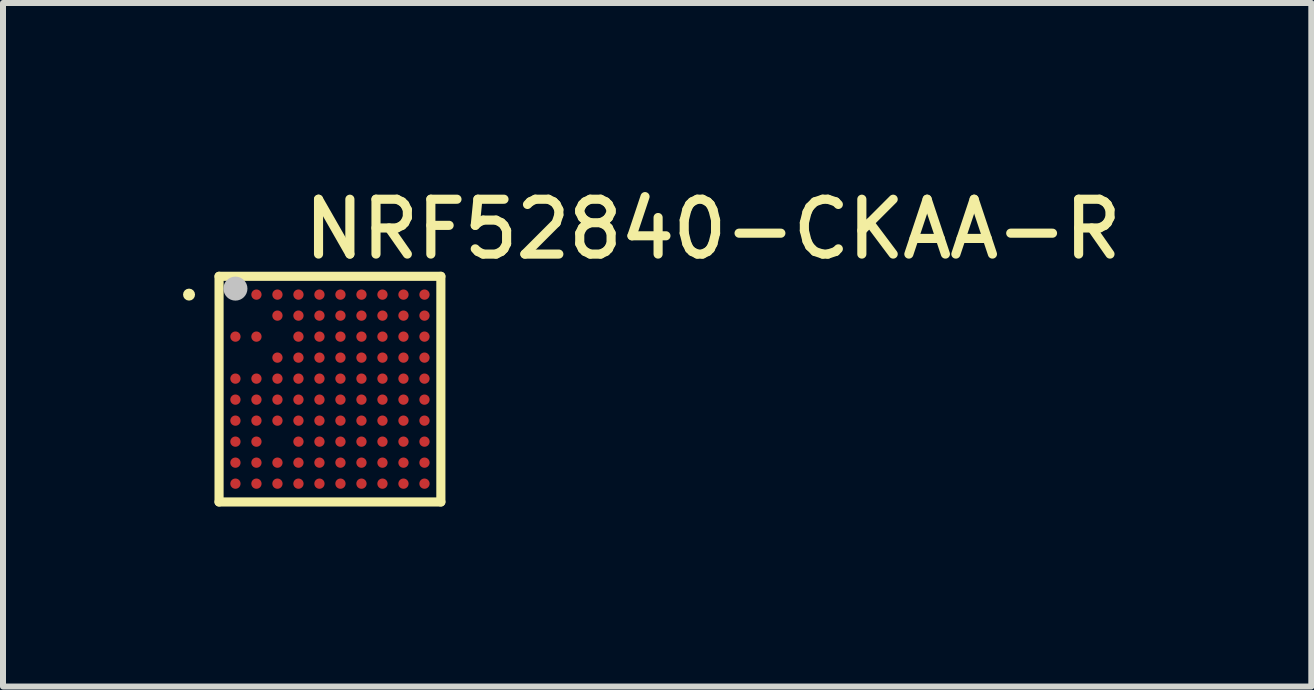
<source format=kicad_pcb>
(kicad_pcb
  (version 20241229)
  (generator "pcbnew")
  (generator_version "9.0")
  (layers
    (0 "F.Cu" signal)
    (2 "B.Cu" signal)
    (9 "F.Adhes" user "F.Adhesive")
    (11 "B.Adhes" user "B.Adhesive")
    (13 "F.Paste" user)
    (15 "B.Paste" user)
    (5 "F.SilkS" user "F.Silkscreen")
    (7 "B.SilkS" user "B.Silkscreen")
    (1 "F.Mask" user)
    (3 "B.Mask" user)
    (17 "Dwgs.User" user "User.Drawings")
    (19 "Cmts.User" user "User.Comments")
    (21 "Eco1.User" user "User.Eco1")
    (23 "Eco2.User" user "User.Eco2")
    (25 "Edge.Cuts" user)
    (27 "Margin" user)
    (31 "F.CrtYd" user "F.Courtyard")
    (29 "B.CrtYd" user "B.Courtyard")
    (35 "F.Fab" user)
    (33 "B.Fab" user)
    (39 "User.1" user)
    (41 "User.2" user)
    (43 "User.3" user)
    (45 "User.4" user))
  (footprint "NRF52840-CKAA-R"
    (layer "F.Cu")
    (at 2.448 3.434)
    (property "Reference" "NRF52840-CKAA-R" (at -0.508 -3.2 0) (layer "F.SilkS") (effects (font (size 0.914 0.914) (thickness 0.152)) (justify left top)))
    (fp_line (start -1.848 -1.88) (end 1.848 -1.88) (stroke (width 0.152) (type default)) (layer "F.SilkS"))
    (fp_line (start -1.848 1.88) (end -1.848 -1.88) (stroke (width 0.152) (type default)) (layer "F.SilkS"))
    (fp_line (start 1.848 -1.88) (end 1.848 1.88) (stroke (width 0.152) (type default)) (layer "F.SilkS"))
    (fp_line (start 1.848 1.88) (end -1.848 1.88) (stroke (width 0.152) (type default)) (layer "F.SilkS"))
    (fp_circle (center -2.348 -1.575) (end -2.298 -1.575) (stroke (width 0.1) (type default)) (fill no) (layer "F.SilkS"))
    (fp_circle (center -1.575 -1.675) (end -1.475 -1.675) (stroke (width 0.2) (type default)) (fill no) (layer "Dwgs.User"))
    (fp_circle (center -1.575 -1.575) (end -1.522 -1.575) (stroke (width 0.107) (type default)) (fill no) (layer "User.4"))
    (fp_circle (center -1.575 -0.875) (end -1.522 -0.875) (stroke (width 0.107) (type default)) (fill no) (layer "User.4"))
    (fp_circle (center -1.575 -0.175) (end -1.522 -0.175) (stroke (width 0.107) (type default)) (fill no) (layer "User.4"))
    (fp_circle (center -1.575 0.175) (end -1.522 0.175) (stroke (width 0.107) (type default)) (fill no) (layer "User.4"))
    (fp_circle (center -1.575 0.525) (end -1.522 0.525) (stroke (width 0.107) (type default)) (fill no) (layer "User.4"))
    (fp_circle (center -1.575 0.875) (end -1.522 0.875) (stroke (width 0.107) (type default)) (fill no) (layer "User.4"))
    (fp_circle (center -1.575 1.225) (end -1.522 1.225) (stroke (width 0.107) (type default)) (fill no) (layer "User.4"))
    (fp_circle (center -1.575 1.575) (end -1.522 1.575) (stroke (width 0.107) (type default)) (fill no) (layer "User.4"))
    (fp_circle (center -1.225 -1.575) (end -1.171 -1.575) (stroke (width 0.107) (type default)) (fill no) (layer "User.4"))
    (fp_circle (center -1.225 -0.875) (end -1.171 -0.875) (stroke (width 0.107) (type default)) (fill no) (layer "User.4"))
    (fp_circle (center -1.225 -0.175) (end -1.171 -0.175) (stroke (width 0.107) (type default)) (fill no) (layer "User.4"))
    (fp_circle (center -1.225 0.175) (end -1.171 0.175) (stroke (width 0.107) (type default)) (fill no) (layer "User.4"))
    (fp_circle (center -1.225 0.525) (end -1.171 0.525) (stroke (width 0.107) (type default)) (fill no) (layer "User.4"))
    (fp_circle (center -1.225 0.875) (end -1.171 0.875) (stroke (width 0.107) (type default)) (fill no) (layer "User.4"))
    (fp_circle (center -1.225 1.225) (end -1.171 1.225) (stroke (width 0.107) (type default)) (fill no) (layer "User.4"))
    (fp_circle (center -1.225 1.575) (end -1.171 1.575) (stroke (width 0.107) (type default)) (fill no) (layer "User.4"))
    (fp_circle (center -0.875 -1.575) (end -0.821 -1.575) (stroke (width 0.107) (type default)) (fill no) (layer "User.4"))
    (fp_circle (center -0.875 -1.225) (end -0.821 -1.225) (stroke (width 0.107) (type default)) (fill no) (layer "User.4"))
    (fp_circle (center -0.875 -0.525) (end -0.821 -0.525) (stroke (width 0.107) (type default)) (fill no) (layer "User.4"))
    (fp_circle (center -0.875 -0.175) (end -0.821 -0.175) (stroke (width 0.107) (type default)) (fill no) (layer "User.4"))
    (fp_circle (center -0.875 0.175) (end -0.821 0.175) (stroke (width 0.107) (type default)) (fill no) (layer "User.4"))
    (fp_circle (center -0.875 0.525) (end -0.821 0.525) (stroke (width 0.107) (type default)) (fill no) (layer "User.4"))
    (fp_circle (center -0.875 1.225) (end -0.821 1.225) (stroke (width 0.107) (type default)) (fill no) (layer "User.4"))
    (fp_circle (center -0.875 1.575) (end -0.821 1.575) (stroke (width 0.107) (type default)) (fill no) (layer "User.4"))
    (fp_circle (center -0.525 -1.575) (end -0.471 -1.575) (stroke (width 0.107) (type default)) (fill no) (layer "User.4"))
    (fp_circle (center -0.525 -1.225) (end -0.471 -1.225) (stroke (width 0.107) (type default)) (fill no) (layer "User.4"))
    (fp_circle (center -0.525 -0.875) (end -0.471 -0.875) (stroke (width 0.107) (type default)) (fill no) (layer "User.4"))
    (fp_circle (center -0.525 -0.525) (end -0.471 -0.525) (stroke (width 0.107) (type default)) (fill no) (layer "User.4"))
    (fp_circle (center -0.525 -0.175) (end -0.471 -0.175) (stroke (width 0.107) (type default)) (fill no) (layer "User.4"))
    (fp_circle (center -0.525 0.175) (end -0.471 0.175) (stroke (width 0.107) (type default)) (fill no) (layer "User.4"))
    (fp_circle (center -0.525 0.525) (end -0.471 0.525) (stroke (width 0.107) (type default)) (fill no) (layer "User.4"))
    (fp_circle (center -0.525 0.875) (end -0.471 0.875) (stroke (width 0.107) (type default)) (fill no) (layer "User.4"))
    (fp_circle (center -0.525 1.225) (end -0.471 1.225) (stroke (width 0.107) (type default)) (fill no) (layer "User.4"))
    (fp_circle (center -0.525 1.575) (end -0.471 1.575) (stroke (width 0.107) (type default)) (fill no) (layer "User.4"))
    (fp_circle (center -0.175 -1.575) (end -0.121 -1.575) (stroke (width 0.107) (type default)) (fill no) (layer "User.4"))
    (fp_circle (center -0.175 -1.225) (end -0.121 -1.225) (stroke (width 0.107) (type default)) (fill no) (layer "User.4"))
    (fp_circle (center -0.175 -0.875) (end -0.121 -0.875) (stroke (width 0.107) (type default)) (fill no) (layer "User.4"))
    (fp_circle (center -0.175 -0.525) (end -0.121 -0.525) (stroke (width 0.107) (type default)) (fill no) (layer "User.4"))
    (fp_circle (center -0.175 -0.175) (end -0.121 -0.175) (stroke (width 0.107) (type default)) (fill no) (layer "User.4"))
    (fp_circle (center -0.175 0.175) (end -0.121 0.175) (stroke (width 0.107) (type default)) (fill no) (layer "User.4"))
    (fp_circle (center -0.175 0.525) (end -0.121 0.525) (stroke (width 0.107) (type default)) (fill no) (layer "User.4"))
    (fp_circle (center -0.175 0.875) (end -0.121 0.875) (stroke (width 0.107) (type default)) (fill no) (layer "User.4"))
    (fp_circle (center -0.175 1.225) (end -0.121 1.225) (stroke (width 0.107) (type default)) (fill no) (layer "User.4"))
    (fp_circle (center -0.175 1.575) (end -0.121 1.575) (stroke (width 0.107) (type default)) (fill no) (layer "User.4"))
    (fp_circle (center 0.175 -1.575) (end 0.229 -1.575) (stroke (width 0.107) (type default)) (fill no) (layer "User.4"))
    (fp_circle (center 0.175 -1.225) (end 0.229 -1.225) (stroke (width 0.107) (type default)) (fill no) (layer "User.4"))
    (fp_circle (center 0.175 -0.875) (end 0.229 -0.875) (stroke (width 0.107) (type default)) (fill no) (layer "User.4"))
    (fp_circle (center 0.175 -0.525) (end 0.229 -0.525) (stroke (width 0.107) (type default)) (fill no) (layer "User.4"))
    (fp_circle (center 0.175 -0.175) (end 0.229 -0.175) (stroke (width 0.107) (type default)) (fill no) (layer "User.4"))
    (fp_circle (center 0.175 0.175) (end 0.229 0.175) (stroke (width 0.107) (type default)) (fill no) (layer "User.4"))
    (fp_circle (center 0.175 0.525) (end 0.229 0.525) (stroke (width 0.107) (type default)) (fill no) (layer "User.4"))
    (fp_circle (center 0.175 0.875) (end 0.229 0.875) (stroke (width 0.107) (type default)) (fill no) (layer "User.4"))
    (fp_circle (center 0.175 1.225) (end 0.229 1.225) (stroke (width 0.107) (type default)) (fill no) (layer "User.4"))
    (fp_circle (center 0.175 1.575) (end 0.229 1.575) (stroke (width 0.107) (type default)) (fill no) (layer "User.4"))
    (fp_circle (center 0.525 -1.575) (end 0.579 -1.575) (stroke (width 0.107) (type default)) (fill no) (layer "User.4"))
    (fp_circle (center 0.525 -1.225) (end 0.579 -1.225) (stroke (width 0.107) (type default)) (fill no) (layer "User.4"))
    (fp_circle (center 0.525 -0.875) (end 0.579 -0.875) (stroke (width 0.107) (type default)) (fill no) (layer "User.4"))
    (fp_circle (center 0.525 -0.525) (end 0.579 -0.525) (stroke (width 0.107) (type default)) (fill no) (layer "User.4"))
    (fp_circle (center 0.525 -0.175) (end 0.579 -0.175) (stroke (width 0.107) (type default)) (fill no) (layer "User.4"))
    (fp_circle (center 0.525 0.175) (end 0.579 0.175) (stroke (width 0.107) (type default)) (fill no) (layer "User.4"))
    (fp_circle (center 0.525 0.525) (end 0.579 0.525) (stroke (width 0.107) (type default)) (fill no) (layer "User.4"))
    (fp_circle (center 0.525 0.875) (end 0.579 0.875) (stroke (width 0.107) (type default)) (fill no) (layer "User.4"))
    (fp_circle (center 0.525 1.225) (end 0.579 1.225) (stroke (width 0.107) (type default)) (fill no) (layer "User.4"))
    (fp_circle (center 0.525 1.575) (end 0.579 1.575) (stroke (width 0.107) (type default)) (fill no) (layer "User.4"))
    (fp_circle (center 0.875 -1.575) (end 0.929 -1.575) (stroke (width 0.107) (type default)) (fill no) (layer "User.4"))
    (fp_circle (center 0.875 -1.225) (end 0.929 -1.225) (stroke (width 0.107) (type default)) (fill no) (layer "User.4"))
    (fp_circle (center 0.875 -0.875) (end 0.929 -0.875) (stroke (width 0.107) (type default)) (fill no) (layer "User.4"))
    (fp_circle (center 0.875 -0.525) (end 0.929 -0.525) (stroke (width 0.107) (type default)) (fill no) (layer "User.4"))
    (fp_circle (center 0.875 -0.175) (end 0.929 -0.175) (stroke (width 0.107) (type default)) (fill no) (layer "User.4"))
    (fp_circle (center 0.875 0.175) (end 0.929 0.175) (stroke (width 0.107) (type default)) (fill no) (layer "User.4"))
    (fp_circle (center 0.875 0.525) (end 0.929 0.525) (stroke (width 0.107) (type default)) (fill no) (layer "User.4"))
    (fp_circle (center 0.875 0.875) (end 0.929 0.875) (stroke (width 0.107) (type default)) (fill no) (layer "User.4"))
    (fp_circle (center 0.875 1.225) (end 0.929 1.225) (stroke (width 0.107) (type default)) (fill no) (layer "User.4"))
    (fp_circle (center 0.875 1.575) (end 0.929 1.575) (stroke (width 0.107) (type default)) (fill no) (layer "User.4"))
    (fp_circle (center 1.225 -1.575) (end 1.279 -1.575) (stroke (width 0.107) (type default)) (fill no) (layer "User.4"))
    (fp_circle (center 1.225 -1.225) (end 1.279 -1.225) (stroke (width 0.107) (type default)) (fill no) (layer "User.4"))
    (fp_circle (center 1.225 -0.875) (end 1.279 -0.875) (stroke (width 0.107) (type default)) (fill no) (layer "User.4"))
    (fp_circle (center 1.225 -0.525) (end 1.279 -0.525) (stroke (width 0.107) (type default)) (fill no) (layer "User.4"))
    (fp_circle (center 1.225 -0.175) (end 1.279 -0.175) (stroke (width 0.107) (type default)) (fill no) (layer "User.4"))
    (fp_circle (center 1.225 0.175) (end 1.279 0.175) (stroke (width 0.107) (type default)) (fill no) (layer "User.4"))
    (fp_circle (center 1.225 0.525) (end 1.279 0.525) (stroke (width 0.107) (type default)) (fill no) (layer "User.4"))
    (fp_circle (center 1.225 0.875) (end 1.279 0.875) (stroke (width 0.107) (type default)) (fill no) (layer "User.4"))
    (fp_circle (center 1.225 1.225) (end 1.279 1.225) (stroke (width 0.107) (type default)) (fill no) (layer "User.4"))
    (fp_circle (center 1.225 1.575) (end 1.279 1.575) (stroke (width 0.107) (type default)) (fill no) (layer "User.4"))
    (fp_circle (center 1.575 -1.575) (end 1.629 -1.575) (stroke (width 0.107) (type default)) (fill no) (layer "User.4"))
    (fp_circle (center 1.575 -1.225) (end 1.629 -1.225) (stroke (width 0.107) (type default)) (fill no) (layer "User.4"))
    (fp_circle (center 1.575 -0.875) (end 1.629 -0.875) (stroke (width 0.107) (type default)) (fill no) (layer "User.4"))
    (fp_circle (center 1.575 -0.525) (end 1.629 -0.525) (stroke (width 0.107) (type default)) (fill no) (layer "User.4"))
    (fp_circle (center 1.575 -0.175) (end 1.629 -0.175) (stroke (width 0.107) (type default)) (fill no) (layer "User.4"))
    (fp_circle (center 1.575 0.175) (end 1.629 0.175) (stroke (width 0.107) (type default)) (fill no) (layer "User.4"))
    (fp_circle (center 1.575 0.525) (end 1.629 0.525) (stroke (width 0.107) (type default)) (fill no) (layer "User.4"))
    (fp_circle (center 1.575 0.875) (end 1.629 0.875) (stroke (width 0.107) (type default)) (fill no) (layer "User.4"))
    (fp_circle (center 1.575 1.225) (end 1.629 1.225) (stroke (width 0.107) (type default)) (fill no) (layer "User.4"))
    (fp_circle (center 1.575 1.575) (end 1.629 1.575) (stroke (width 0.107) (type default)) (fill no) (layer "User.4"))
    (fp_circle (center -1.772 -1.803) (end -1.742 -1.803) (stroke (width 0.06) (type default)) (fill no) (layer "User.5"))
    (pad "A1" smd oval (at -1.575 -1.575) (size 0.171 0.171) (layers "F.Cu" "F.Mask" "F.Paste"))
    (pad "A2" smd oval (at -1.225 -1.575) (size 0.171 0.171) (layers "F.Cu" "F.Mask" "F.Paste"))
    (pad "A3" smd oval (at -0.875 -1.575) (size 0.171 0.171) (layers "F.Cu" "F.Mask" "F.Paste"))
    (pad "A4" smd oval (at -0.525 -1.575) (size 0.171 0.171) (layers "F.Cu" "F.Mask" "F.Paste"))
    (pad "A5" smd oval (at -0.175 -1.575) (size 0.171 0.171) (layers "F.Cu" "F.Mask" "F.Paste"))
    (pad "A6" smd oval (at 0.175 -1.575) (size 0.171 0.171) (layers "F.Cu" "F.Mask" "F.Paste"))
    (pad "A7" smd oval (at 0.525 -1.575) (size 0.171 0.171) (layers "F.Cu" "F.Mask" "F.Paste"))
    (pad "A8" smd oval (at 0.875 -1.575) (size 0.171 0.171) (layers "F.Cu" "F.Mask" "F.Paste"))
    (pad "A9" smd oval (at 1.225 -1.575) (size 0.171 0.171) (layers "F.Cu" "F.Mask" "F.Paste"))
    (pad "A10" smd oval (at 1.575 -1.575) (size 0.171 0.171) (layers "F.Cu" "F.Mask" "F.Paste"))
    (pad "B3" smd oval (at -0.875 -1.225) (size 0.171 0.171) (layers "F.Cu" "F.Mask" "F.Paste"))
    (pad "B4" smd oval (at -0.525 -1.225) (size 0.171 0.171) (layers "F.Cu" "F.Mask" "F.Paste"))
    (pad "B5" smd oval (at -0.175 -1.225) (size 0.171 0.171) (layers "F.Cu" "F.Mask" "F.Paste"))
    (pad "B6" smd oval (at 0.175 -1.225) (size 0.171 0.171) (layers "F.Cu" "F.Mask" "F.Paste"))
    (pad "B7" smd oval (at 0.525 -1.225) (size 0.171 0.171) (layers "F.Cu" "F.Mask" "F.Paste"))
    (pad "B8" smd oval (at 0.875 -1.225) (size 0.171 0.171) (layers "F.Cu" "F.Mask" "F.Paste"))
    (pad "B9" smd oval (at 1.225 -1.225) (size 0.171 0.171) (layers "F.Cu" "F.Mask" "F.Paste"))
    (pad "B10" smd oval (at 1.575 -1.225) (size 0.171 0.171) (layers "F.Cu" "F.Mask" "F.Paste"))
    (pad "C1" smd oval (at -1.575 -0.875) (size 0.171 0.171) (layers "F.Cu" "F.Mask" "F.Paste"))
    (pad "C2" smd oval (at -1.225 -0.875) (size 0.171 0.171) (layers "F.Cu" "F.Mask" "F.Paste"))
    (pad "C4" smd oval (at -0.525 -0.875) (size 0.171 0.171) (layers "F.Cu" "F.Mask" "F.Paste"))
    (pad "C5" smd oval (at -0.175 -0.875) (size 0.171 0.171) (layers "F.Cu" "F.Mask" "F.Paste"))
    (pad "C6" smd oval (at 0.175 -0.875) (size 0.171 0.171) (layers "F.Cu" "F.Mask" "F.Paste"))
    (pad "C7" smd oval (at 0.525 -0.875) (size 0.171 0.171) (layers "F.Cu" "F.Mask" "F.Paste"))
    (pad "C8" smd oval (at 0.875 -0.875) (size 0.171 0.171) (layers "F.Cu" "F.Mask" "F.Paste"))
    (pad "C9" smd oval (at 1.225 -0.875) (size 0.171 0.171) (layers "F.Cu" "F.Mask" "F.Paste"))
    (pad "C10" smd oval (at 1.575 -0.875) (size 0.171 0.171) (layers "F.Cu" "F.Mask" "F.Paste"))
    (pad "D3" smd oval (at -0.875 -0.525) (size 0.171 0.171) (layers "F.Cu" "F.Mask" "F.Paste"))
    (pad "D4" smd oval (at -0.525 -0.525) (size 0.171 0.171) (layers "F.Cu" "F.Mask" "F.Paste"))
    (pad "D5" smd oval (at -0.175 -0.525) (size 0.171 0.171) (layers "F.Cu" "F.Mask" "F.Paste"))
    (pad "D6" smd oval (at 0.175 -0.525) (size 0.171 0.171) (layers "F.Cu" "F.Mask" "F.Paste"))
    (pad "D7" smd oval (at 0.525 -0.525) (size 0.171 0.171) (layers "F.Cu" "F.Mask" "F.Paste"))
    (pad "D8" smd oval (at 0.875 -0.525) (size 0.171 0.171) (layers "F.Cu" "F.Mask" "F.Paste"))
    (pad "D9" smd oval (at 1.225 -0.525) (size 0.171 0.171) (layers "F.Cu" "F.Mask" "F.Paste"))
    (pad "D10" smd oval (at 1.575 -0.525) (size 0.171 0.171) (layers "F.Cu" "F.Mask" "F.Paste"))
    (pad "E1" smd oval (at -1.575 -0.175) (size 0.171 0.171) (layers "F.Cu" "F.Mask" "F.Paste"))
    (pad "E2" smd oval (at -1.225 -0.175) (size 0.171 0.171) (layers "F.Cu" "F.Mask" "F.Paste"))
    (pad "E3" smd oval (at -0.875 -0.175) (size 0.171 0.171) (layers "F.Cu" "F.Mask" "F.Paste"))
    (pad "E4" smd oval (at -0.525 -0.175) (size 0.171 0.171) (layers "F.Cu" "F.Mask" "F.Paste"))
    (pad "E5" smd oval (at -0.175 -0.175) (size 0.171 0.171) (layers "F.Cu" "F.Mask" "F.Paste"))
    (pad "E6" smd oval (at 0.175 -0.175) (size 0.171 0.171) (layers "F.Cu" "F.Mask" "F.Paste"))
    (pad "E7" smd oval (at 0.525 -0.175) (size 0.171 0.171) (layers "F.Cu" "F.Mask" "F.Paste"))
    (pad "E8" smd oval (at 0.875 -0.175) (size 0.171 0.171) (layers "F.Cu" "F.Mask" "F.Paste"))
    (pad "E9" smd oval (at 1.225 -0.175) (size 0.171 0.171) (layers "F.Cu" "F.Mask" "F.Paste"))
    (pad "E10" smd oval (at 1.575 -0.175) (size 0.171 0.171) (layers "F.Cu" "F.Mask" "F.Paste"))
    (pad "F1" smd oval (at -1.575 0.175) (size 0.171 0.171) (layers "F.Cu" "F.Mask" "F.Paste"))
    (pad "F2" smd oval (at -1.225 0.175) (size 0.171 0.171) (layers "F.Cu" "F.Mask" "F.Paste"))
    (pad "F3" smd oval (at -0.875 0.175) (size 0.171 0.171) (layers "F.Cu" "F.Mask" "F.Paste"))
    (pad "F4" smd oval (at -0.525 0.175) (size 0.171 0.171) (layers "F.Cu" "F.Mask" "F.Paste"))
    (pad "F5" smd oval (at -0.175 0.175) (size 0.171 0.171) (layers "F.Cu" "F.Mask" "F.Paste"))
    (pad "F6" smd oval (at 0.175 0.175) (size 0.171 0.171) (layers "F.Cu" "F.Mask" "F.Paste"))
    (pad "F7" smd oval (at 0.525 0.175) (size 0.171 0.171) (layers "F.Cu" "F.Mask" "F.Paste"))
    (pad "F8" smd oval (at 0.875 0.175) (size 0.171 0.171) (layers "F.Cu" "F.Mask" "F.Paste"))
    (pad "F9" smd oval (at 1.225 0.175) (size 0.171 0.171) (layers "F.Cu" "F.Mask" "F.Paste"))
    (pad "F10" smd oval (at 1.575 0.175) (size 0.171 0.171) (layers "F.Cu" "F.Mask" "F.Paste"))
    (pad "G1" smd oval (at -1.575 0.525) (size 0.171 0.171) (layers "F.Cu" "F.Mask" "F.Paste"))
    (pad "G2" smd oval (at -1.225 0.525) (size 0.171 0.171) (layers "F.Cu" "F.Mask" "F.Paste"))
    (pad "G3" smd oval (at -0.875 0.525) (size 0.171 0.171) (layers "F.Cu" "F.Mask" "F.Paste"))
    (pad "G4" smd oval (at -0.525 0.525) (size 0.171 0.171) (layers "F.Cu" "F.Mask" "F.Paste"))
    (pad "G5" smd oval (at -0.175 0.525) (size 0.171 0.171) (layers "F.Cu" "F.Mask" "F.Paste"))
    (pad "G6" smd oval (at 0.175 0.525) (size 0.171 0.171) (layers "F.Cu" "F.Mask" "F.Paste"))
    (pad "G7" smd oval (at 0.525 0.525) (size 0.171 0.171) (layers "F.Cu" "F.Mask" "F.Paste"))
    (pad "G8" smd oval (at 0.875 0.525) (size 0.171 0.171) (layers "F.Cu" "F.Mask" "F.Paste"))
    (pad "G9" smd oval (at 1.225 0.525) (size 0.171 0.171) (layers "F.Cu" "F.Mask" "F.Paste"))
    (pad "G10" smd oval (at 1.575 0.525) (size 0.171 0.171) (layers "F.Cu" "F.Mask" "F.Paste"))
    (pad "H1" smd oval (at -1.575 0.875) (size 0.171 0.171) (layers "F.Cu" "F.Mask" "F.Paste"))
    (pad "H2" smd oval (at -1.225 0.875) (size 0.171 0.171) (layers "F.Cu" "F.Mask" "F.Paste"))
    (pad "H4" smd oval (at -0.525 0.875) (size 0.171 0.171) (layers "F.Cu" "F.Mask" "F.Paste"))
    (pad "H5" smd oval (at -0.175 0.875) (size 0.171 0.171) (layers "F.Cu" "F.Mask" "F.Paste"))
    (pad "H6" smd oval (at 0.175 0.875) (size 0.171 0.171) (layers "F.Cu" "F.Mask" "F.Paste"))
    (pad "H7" smd oval (at 0.525 0.875) (size 0.171 0.171) (layers "F.Cu" "F.Mask" "F.Paste"))
    (pad "H8" smd oval (at 0.875 0.875) (size 0.171 0.171) (layers "F.Cu" "F.Mask" "F.Paste"))
    (pad "H9" smd oval (at 1.225 0.875) (size 0.171 0.171) (layers "F.Cu" "F.Mask" "F.Paste"))
    (pad "H10" smd oval (at 1.575 0.875) (size 0.171 0.171) (layers "F.Cu" "F.Mask" "F.Paste"))
    (pad "J1" smd oval (at -1.575 1.225) (size 0.171 0.171) (layers "F.Cu" "F.Mask" "F.Paste"))
    (pad "J2" smd oval (at -1.225 1.225) (size 0.171 0.171) (layers "F.Cu" "F.Mask" "F.Paste"))
    (pad "J3" smd oval (at -0.875 1.225) (size 0.171 0.171) (layers "F.Cu" "F.Mask" "F.Paste"))
    (pad "J4" smd oval (at -0.525 1.225) (size 0.171 0.171) (layers "F.Cu" "F.Mask" "F.Paste"))
    (pad "J5" smd oval (at -0.175 1.225) (size 0.171 0.171) (layers "F.Cu" "F.Mask" "F.Paste"))
    (pad "J6" smd oval (at 0.175 1.225) (size 0.171 0.171) (layers "F.Cu" "F.Mask" "F.Paste"))
    (pad "J7" smd oval (at 0.525 1.225) (size 0.171 0.171) (layers "F.Cu" "F.Mask" "F.Paste"))
    (pad "J8" smd oval (at 0.875 1.225) (size 0.171 0.171) (layers "F.Cu" "F.Mask" "F.Paste"))
    (pad "J9" smd oval (at 1.225 1.225) (size 0.171 0.171) (layers "F.Cu" "F.Mask" "F.Paste"))
    (pad "J10" smd oval (at 1.575 1.225) (size 0.171 0.171) (layers "F.Cu" "F.Mask" "F.Paste"))
    (pad "K1" smd oval (at -1.575 1.575) (size 0.171 0.171) (layers "F.Cu" "F.Mask" "F.Paste"))
    (pad "K2" smd oval (at -1.225 1.575) (size 0.171 0.171) (layers "F.Cu" "F.Mask" "F.Paste"))
    (pad "K3" smd oval (at -0.875 1.575) (size 0.171 0.171) (layers "F.Cu" "F.Mask" "F.Paste"))
    (pad "K4" smd oval (at -0.525 1.575) (size 0.171 0.171) (layers "F.Cu" "F.Mask" "F.Paste"))
    (pad "K5" smd oval (at -0.175 1.575) (size 0.171 0.171) (layers "F.Cu" "F.Mask" "F.Paste"))
    (pad "K6" smd oval (at 0.175 1.575) (size 0.171 0.171) (layers "F.Cu" "F.Mask" "F.Paste"))
    (pad "K7" smd oval (at 0.525 1.575) (size 0.171 0.171) (layers "F.Cu" "F.Mask" "F.Paste"))
    (pad "K8" smd oval (at 0.875 1.575) (size 0.171 0.171) (layers "F.Cu" "F.Mask" "F.Paste"))
    (pad "K9" smd oval (at 1.225 1.575) (size 0.171 0.171) (layers "F.Cu" "F.Mask" "F.Paste"))
    (pad "K10" smd oval (at 1.575 1.575) (size 0.171 0.171) (layers "F.Cu" "F.Mask" "F.Paste"))
    (zone (net_name "") (layer "F.Paste") (hatch edge 0.5) (priority 100) (connect_pads yes) (min_thickness 0) (filled_areas_thickness no) (fill yes) (polygon (pts (xy 0.805 1.773) (xy 0.942 1.773) (xy 0.959 1.79) (xy 0.959 1.927) (xy 0.942 1.944) (xy 0.805 1.944) (xy 0.788 1.927) (xy 0.788 1.79))) (filled_polygon (layer "F.Paste") (island) (pts (xy 0.805 1.773) (xy 0.942 1.773) (xy 0.959 1.79) (xy 0.959 1.927) (xy 0.942 1.944) (xy 0.805 1.944) (xy 0.788 1.927) (xy 0.788 1.79))))
    (zone (net_name "") (layer "F.Paste") (hatch edge 0.5) (priority 100) (connect_pads yes) (min_thickness 0) (filled_areas_thickness no) (fill yes) (polygon (pts (xy 0.805 2.473) (xy 0.942 2.473) (xy 0.959 2.49) (xy 0.959 2.627) (xy 0.942 2.644) (xy 0.805 2.644) (xy 0.788 2.627) (xy 0.788 2.49))) (filled_polygon (layer "F.Paste") (island) (pts (xy 0.805 2.473) (xy 0.942 2.473) (xy 0.959 2.49) (xy 0.959 2.627) (xy 0.942 2.644) (xy 0.805 2.644) (xy 0.788 2.627) (xy 0.788 2.49))))
    (zone (net_name "") (layer "F.Paste") (hatch edge 0.5) (priority 100) (connect_pads yes) (min_thickness 0) (filled_areas_thickness no) (fill yes) (polygon (pts (xy 0.805 3.173) (xy 0.942 3.173) (xy 0.959 3.19) (xy 0.959 3.327) (xy 0.942 3.344) (xy 0.805 3.344) (xy 0.788 3.327) (xy 0.788 3.19))) (filled_polygon (layer "F.Paste") (island) (pts (xy 0.805 3.173) (xy 0.942 3.173) (xy 0.959 3.19) (xy 0.959 3.327) (xy 0.942 3.344) (xy 0.805 3.344) (xy 0.788 3.327) (xy 0.788 3.19))))
    (zone (net_name "") (layer "F.Paste") (hatch edge 0.5) (priority 100) (connect_pads yes) (min_thickness 0) (filled_areas_thickness no) (fill yes) (polygon (pts (xy 0.805 3.523) (xy 0.942 3.523) (xy 0.959 3.54) (xy 0.959 3.677) (xy 0.942 3.694) (xy 0.805 3.694) (xy 0.788 3.677) (xy 0.788 3.54))) (filled_polygon (layer "F.Paste") (island) (pts (xy 0.805 3.523) (xy 0.942 3.523) (xy 0.959 3.54) (xy 0.959 3.677) (xy 0.942 3.694) (xy 0.805 3.694) (xy 0.788 3.677) (xy 0.788 3.54))))
    (zone (net_name "") (layer "F.Paste") (hatch edge 0.5) (priority 100) (connect_pads yes) (min_thickness 0) (filled_areas_thickness no) (fill yes) (polygon (pts (xy 0.805 3.873) (xy 0.942 3.873) (xy 0.959 3.89) (xy 0.959 4.027) (xy 0.942 4.044) (xy 0.805 4.044) (xy 0.788 4.027) (xy 0.788 3.89))) (filled_polygon (layer "F.Paste") (island) (pts (xy 0.805 3.873) (xy 0.942 3.873) (xy 0.959 3.89) (xy 0.959 4.027) (xy 0.942 4.044) (xy 0.805 4.044) (xy 0.788 4.027) (xy 0.788 3.89))))
    (zone (net_name "") (layer "F.Paste") (hatch edge 0.5) (priority 100) (connect_pads yes) (min_thickness 0) (filled_areas_thickness no) (fill yes) (polygon (pts (xy 0.805 4.223) (xy 0.942 4.223) (xy 0.959 4.24) (xy 0.959 4.377) (xy 0.942 4.394) (xy 0.805 4.394) (xy 0.788 4.377) (xy 0.788 4.24))) (filled_polygon (layer "F.Paste") (island) (pts (xy 0.805 4.223) (xy 0.942 4.223) (xy 0.959 4.24) (xy 0.959 4.377) (xy 0.942 4.394) (xy 0.805 4.394) (xy 0.788 4.377) (xy 0.788 4.24))))
    (zone (net_name "") (layer "F.Paste") (hatch edge 0.5) (priority 100) (connect_pads yes) (min_thickness 0) (filled_areas_thickness no) (fill yes) (polygon (pts (xy 0.805 4.573) (xy 0.942 4.573) (xy 0.959 4.59) (xy 0.959 4.727) (xy 0.942 4.744) (xy 0.805 4.744) (xy 0.788 4.727) (xy 0.788 4.59))) (filled_polygon (layer "F.Paste") (island) (pts (xy 0.805 4.573) (xy 0.942 4.573) (xy 0.959 4.59) (xy 0.959 4.727) (xy 0.942 4.744) (xy 0.805 4.744) (xy 0.788 4.727) (xy 0.788 4.59))))
    (zone (net_name "") (layer "F.Paste") (hatch edge 0.5) (priority 100) (connect_pads yes) (min_thickness 0) (filled_areas_thickness no) (fill yes) (polygon (pts (xy 0.805 4.923) (xy 0.942 4.923) (xy 0.959 4.94) (xy 0.959 5.077) (xy 0.942 5.094) (xy 0.805 5.094) (xy 0.788 5.077) (xy 0.788 4.94))) (filled_polygon (layer "F.Paste") (island) (pts (xy 0.805 4.923) (xy 0.942 4.923) (xy 0.959 4.94) (xy 0.959 5.077) (xy 0.942 5.094) (xy 0.805 5.094) (xy 0.788 5.077) (xy 0.788 4.94))))
    (zone (net_name "") (layer "F.Paste") (hatch edge 0.5) (priority 100) (connect_pads yes) (min_thickness 0) (filled_areas_thickness no) (fill yes) (polygon (pts (xy 1.155 1.773) (xy 1.292 1.773) (xy 1.309 1.79) (xy 1.309 1.927) (xy 1.292 1.944) (xy 1.155 1.944) (xy 1.138 1.927) (xy 1.138 1.79))) (filled_polygon (layer "F.Paste") (island) (pts (xy 1.155 1.773) (xy 1.292 1.773) (xy 1.309 1.79) (xy 1.309 1.927) (xy 1.292 1.944) (xy 1.155 1.944) (xy 1.138 1.927) (xy 1.138 1.79))))
    (zone (net_name "") (layer "F.Paste") (hatch edge 0.5) (priority 100) (connect_pads yes) (min_thickness 0) (filled_areas_thickness no) (fill yes) (polygon (pts (xy 1.155 2.473) (xy 1.292 2.473) (xy 1.309 2.49) (xy 1.309 2.627) (xy 1.292 2.644) (xy 1.155 2.644) (xy 1.138 2.627) (xy 1.138 2.49))) (filled_polygon (layer "F.Paste") (island) (pts (xy 1.155 2.473) (xy 1.292 2.473) (xy 1.309 2.49) (xy 1.309 2.627) (xy 1.292 2.644) (xy 1.155 2.644) (xy 1.138 2.627) (xy 1.138 2.49))))
    (zone (net_name "") (layer "F.Paste") (hatch edge 0.5) (priority 100) (connect_pads yes) (min_thickness 0) (filled_areas_thickness no) (fill yes) (polygon (pts (xy 1.155 3.173) (xy 1.292 3.173) (xy 1.309 3.19) (xy 1.309 3.327) (xy 1.292 3.344) (xy 1.155 3.344) (xy 1.138 3.327) (xy 1.138 3.19))) (filled_polygon (layer "F.Paste") (island) (pts (xy 1.155 3.173) (xy 1.292 3.173) (xy 1.309 3.19) (xy 1.309 3.327) (xy 1.292 3.344) (xy 1.155 3.344) (xy 1.138 3.327) (xy 1.138 3.19))))
    (zone (net_name "") (layer "F.Paste") (hatch edge 0.5) (priority 100) (connect_pads yes) (min_thickness 0) (filled_areas_thickness no) (fill yes) (polygon (pts (xy 1.155 3.523) (xy 1.292 3.523) (xy 1.309 3.54) (xy 1.309 3.677) (xy 1.292 3.694) (xy 1.155 3.694) (xy 1.138 3.677) (xy 1.138 3.54))) (filled_polygon (layer "F.Paste") (island) (pts (xy 1.155 3.523) (xy 1.292 3.523) (xy 1.309 3.54) (xy 1.309 3.677) (xy 1.292 3.694) (xy 1.155 3.694) (xy 1.138 3.677) (xy 1.138 3.54))))
    (zone (net_name "") (layer "F.Paste") (hatch edge 0.5) (priority 100) (connect_pads yes) (min_thickness 0) (filled_areas_thickness no) (fill yes) (polygon (pts (xy 1.155 3.873) (xy 1.292 3.873) (xy 1.309 3.89) (xy 1.309 4.027) (xy 1.292 4.044) (xy 1.155 4.044) (xy 1.138 4.027) (xy 1.138 3.89))) (filled_polygon (layer "F.Paste") (island) (pts (xy 1.155 3.873) (xy 1.292 3.873) (xy 1.309 3.89) (xy 1.309 4.027) (xy 1.292 4.044) (xy 1.155 4.044) (xy 1.138 4.027) (xy 1.138 3.89))))
    (zone (net_name "") (layer "F.Paste") (hatch edge 0.5) (priority 100) (connect_pads yes) (min_thickness 0) (filled_areas_thickness no) (fill yes) (polygon (pts (xy 1.155 4.223) (xy 1.292 4.223) (xy 1.309 4.24) (xy 1.309 4.377) (xy 1.292 4.394) (xy 1.155 4.394) (xy 1.138 4.377) (xy 1.138 4.24))) (filled_polygon (layer "F.Paste") (island) (pts (xy 1.155 4.223) (xy 1.292 4.223) (xy 1.309 4.24) (xy 1.309 4.377) (xy 1.292 4.394) (xy 1.155 4.394) (xy 1.138 4.377) (xy 1.138 4.24))))
    (zone (net_name "") (layer "F.Paste") (hatch edge 0.5) (priority 100) (connect_pads yes) (min_thickness 0) (filled_areas_thickness no) (fill yes) (polygon (pts (xy 1.155 4.573) (xy 1.292 4.573) (xy 1.309 4.59) (xy 1.309 4.727) (xy 1.292 4.744) (xy 1.155 4.744) (xy 1.138 4.727) (xy 1.138 4.59))) (filled_polygon (layer "F.Paste") (island) (pts (xy 1.155 4.573) (xy 1.292 4.573) (xy 1.309 4.59) (xy 1.309 4.727) (xy 1.292 4.744) (xy 1.155 4.744) (xy 1.138 4.727) (xy 1.138 4.59))))
    (zone (net_name "") (layer "F.Paste") (hatch edge 0.5) (priority 100) (connect_pads yes) (min_thickness 0) (filled_areas_thickness no) (fill yes) (polygon (pts (xy 1.155 4.923) (xy 1.292 4.923) (xy 1.309 4.94) (xy 1.309 5.077) (xy 1.292 5.094) (xy 1.155 5.094) (xy 1.138 5.077) (xy 1.138 4.94))) (filled_polygon (layer "F.Paste") (island) (pts (xy 1.155 4.923) (xy 1.292 4.923) (xy 1.309 4.94) (xy 1.309 5.077) (xy 1.292 5.094) (xy 1.155 5.094) (xy 1.138 5.077) (xy 1.138 4.94))))
    (zone (net_name "") (layer "F.Paste") (hatch edge 0.5) (priority 100) (connect_pads yes) (min_thickness 0) (filled_areas_thickness no) (fill yes) (polygon (pts (xy 1.505 1.773) (xy 1.642 1.773) (xy 1.659 1.79) (xy 1.659 1.927) (xy 1.642 1.944) (xy 1.505 1.944) (xy 1.488 1.927) (xy 1.488 1.79))) (filled_polygon (layer "F.Paste") (island) (pts (xy 1.505 1.773) (xy 1.642 1.773) (xy 1.659 1.79) (xy 1.659 1.927) (xy 1.642 1.944) (xy 1.505 1.944) (xy 1.488 1.927) (xy 1.488 1.79))))
    (zone (net_name "") (layer "F.Paste") (hatch edge 0.5) (priority 100) (connect_pads yes) (min_thickness 0) (filled_areas_thickness no) (fill yes) (polygon (pts (xy 1.505 2.123) (xy 1.642 2.123) (xy 1.659 2.14) (xy 1.659 2.277) (xy 1.642 2.294) (xy 1.505 2.294) (xy 1.488 2.277) (xy 1.488 2.14))) (filled_polygon (layer "F.Paste") (island) (pts (xy 1.505 2.123) (xy 1.642 2.123) (xy 1.659 2.14) (xy 1.659 2.277) (xy 1.642 2.294) (xy 1.505 2.294) (xy 1.488 2.277) (xy 1.488 2.14))))
    (zone (net_name "") (layer "F.Paste") (hatch edge 0.5) (priority 100) (connect_pads yes) (min_thickness 0) (filled_areas_thickness no) (fill yes) (polygon (pts (xy 1.505 2.823) (xy 1.642 2.823) (xy 1.659 2.84) (xy 1.659 2.977) (xy 1.642 2.994) (xy 1.505 2.994) (xy 1.488 2.977) (xy 1.488 2.84))) (filled_polygon (layer "F.Paste") (island) (pts (xy 1.505 2.823) (xy 1.642 2.823) (xy 1.659 2.84) (xy 1.659 2.977) (xy 1.642 2.994) (xy 1.505 2.994) (xy 1.488 2.977) (xy 1.488 2.84))))
    (zone (net_name "") (layer "F.Paste") (hatch edge 0.5) (priority 100) (connect_pads yes) (min_thickness 0) (filled_areas_thickness no) (fill yes) (polygon (pts (xy 1.505 3.173) (xy 1.642 3.173) (xy 1.659 3.19) (xy 1.659 3.327) (xy 1.642 3.344) (xy 1.505 3.344) (xy 1.488 3.327) (xy 1.488 3.19))) (filled_polygon (layer "F.Paste") (island) (pts (xy 1.505 3.173) (xy 1.642 3.173) (xy 1.659 3.19) (xy 1.659 3.327) (xy 1.642 3.344) (xy 1.505 3.344) (xy 1.488 3.327) (xy 1.488 3.19))))
    (zone (net_name "") (layer "F.Paste") (hatch edge 0.5) (priority 100) (connect_pads yes) (min_thickness 0) (filled_areas_thickness no) (fill yes) (polygon (pts (xy 1.505 3.523) (xy 1.642 3.523) (xy 1.659 3.54) (xy 1.659 3.677) (xy 1.642 3.694) (xy 1.505 3.694) (xy 1.488 3.677) (xy 1.488 3.54))) (filled_polygon (layer "F.Paste") (island) (pts (xy 1.505 3.523) (xy 1.642 3.523) (xy 1.659 3.54) (xy 1.659 3.677) (xy 1.642 3.694) (xy 1.505 3.694) (xy 1.488 3.677) (xy 1.488 3.54))))
    (zone (net_name "") (layer "F.Paste") (hatch edge 0.5) (priority 100) (connect_pads yes) (min_thickness 0) (filled_areas_thickness no) (fill yes) (polygon (pts (xy 1.505 3.873) (xy 1.642 3.873) (xy 1.659 3.89) (xy 1.659 4.027) (xy 1.642 4.044) (xy 1.505 4.044) (xy 1.488 4.027) (xy 1.488 3.89))) (filled_polygon (layer "F.Paste") (island) (pts (xy 1.505 3.873) (xy 1.642 3.873) (xy 1.659 3.89) (xy 1.659 4.027) (xy 1.642 4.044) (xy 1.505 4.044) (xy 1.488 4.027) (xy 1.488 3.89))))
    (zone (net_name "") (layer "F.Paste") (hatch edge 0.5) (priority 100) (connect_pads yes) (min_thickness 0) (filled_areas_thickness no) (fill yes) (polygon (pts (xy 1.505 4.573) (xy 1.642 4.573) (xy 1.659 4.59) (xy 1.659 4.727) (xy 1.642 4.744) (xy 1.505 4.744) (xy 1.488 4.727) (xy 1.488 4.59))) (filled_polygon (layer "F.Paste") (island) (pts (xy 1.505 4.573) (xy 1.642 4.573) (xy 1.659 4.59) (xy 1.659 4.727) (xy 1.642 4.744) (xy 1.505 4.744) (xy 1.488 4.727) (xy 1.488 4.59))))
    (zone (net_name "") (layer "F.Paste") (hatch edge 0.5) (priority 100) (connect_pads yes) (min_thickness 0) (filled_areas_thickness no) (fill yes) (polygon (pts (xy 1.505 4.923) (xy 1.642 4.923) (xy 1.659 4.94) (xy 1.659 5.077) (xy 1.642 5.094) (xy 1.505 5.094) (xy 1.488 5.077) (xy 1.488 4.94))) (filled_polygon (layer "F.Paste") (island) (pts (xy 1.505 4.923) (xy 1.642 4.923) (xy 1.659 4.94) (xy 1.659 5.077) (xy 1.642 5.094) (xy 1.505 5.094) (xy 1.488 5.077) (xy 1.488 4.94))))
    (zone (net_name "") (layer "F.Paste") (hatch edge 0.5) (priority 100) (connect_pads yes) (min_thickness 0) (filled_areas_thickness no) (fill yes) (polygon (pts (xy 1.855 1.773) (xy 1.992 1.773) (xy 2.009 1.79) (xy 2.009 1.927) (xy 1.992 1.944) (xy 1.855 1.944) (xy 1.838 1.927) (xy 1.838 1.79))) (filled_polygon (layer "F.Paste") (island) (pts (xy 1.855 1.773) (xy 1.992 1.773) (xy 2.009 1.79) (xy 2.009 1.927) (xy 1.992 1.944) (xy 1.855 1.944) (xy 1.838 1.927) (xy 1.838 1.79))))
    (zone (net_name "") (layer "F.Paste") (hatch edge 0.5) (priority 100) (connect_pads yes) (min_thickness 0) (filled_areas_thickness no) (fill yes) (polygon (pts (xy 1.855 2.123) (xy 1.992 2.123) (xy 2.009 2.14) (xy 2.009 2.277) (xy 1.992 2.294) (xy 1.855 2.294) (xy 1.838 2.277) (xy 1.838 2.14))) (filled_polygon (layer "F.Paste") (island) (pts (xy 1.855 2.123) (xy 1.992 2.123) (xy 2.009 2.14) (xy 2.009 2.277) (xy 1.992 2.294) (xy 1.855 2.294) (xy 1.838 2.277) (xy 1.838 2.14))))
    (zone (net_name "") (layer "F.Paste") (hatch edge 0.5) (priority 100) (connect_pads yes) (min_thickness 0) (filled_areas_thickness no) (fill yes) (polygon (pts (xy 1.855 2.473) (xy 1.992 2.473) (xy 2.009 2.49) (xy 2.009 2.627) (xy 1.992 2.644) (xy 1.855 2.644) (xy 1.838 2.627) (xy 1.838 2.49))) (filled_polygon (layer "F.Paste") (island) (pts (xy 1.855 2.473) (xy 1.992 2.473) (xy 2.009 2.49) (xy 2.009 2.627) (xy 1.992 2.644) (xy 1.855 2.644) (xy 1.838 2.627) (xy 1.838 2.49))))
    (zone (net_name "") (layer "F.Paste") (hatch edge 0.5) (priority 100) (connect_pads yes) (min_thickness 0) (filled_areas_thickness no) (fill yes) (polygon (pts (xy 1.855 2.823) (xy 1.992 2.823) (xy 2.009 2.84) (xy 2.009 2.977) (xy 1.992 2.994) (xy 1.855 2.994) (xy 1.838 2.977) (xy 1.838 2.84))) (filled_polygon (layer "F.Paste") (island) (pts (xy 1.855 2.823) (xy 1.992 2.823) (xy 2.009 2.84) (xy 2.009 2.977) (xy 1.992 2.994) (xy 1.855 2.994) (xy 1.838 2.977) (xy 1.838 2.84))))
    (zone (net_name "") (layer "F.Paste") (hatch edge 0.5) (priority 100) (connect_pads yes) (min_thickness 0) (filled_areas_thickness no) (fill yes) (polygon (pts (xy 1.855 3.173) (xy 1.992 3.173) (xy 2.009 3.19) (xy 2.009 3.327) (xy 1.992 3.344) (xy 1.855 3.344) (xy 1.838 3.327) (xy 1.838 3.19))) (filled_polygon (layer "F.Paste") (island) (pts (xy 1.855 3.173) (xy 1.992 3.173) (xy 2.009 3.19) (xy 2.009 3.327) (xy 1.992 3.344) (xy 1.855 3.344) (xy 1.838 3.327) (xy 1.838 3.19))))
    (zone (net_name "") (layer "F.Paste") (hatch edge 0.5) (priority 100) (connect_pads yes) (min_thickness 0) (filled_areas_thickness no) (fill yes) (polygon (pts (xy 1.855 3.523) (xy 1.992 3.523) (xy 2.009 3.54) (xy 2.009 3.677) (xy 1.992 3.694) (xy 1.855 3.694) (xy 1.838 3.677) (xy 1.838 3.54))) (filled_polygon (layer "F.Paste") (island) (pts (xy 1.855 3.523) (xy 1.992 3.523) (xy 2.009 3.54) (xy 2.009 3.677) (xy 1.992 3.694) (xy 1.855 3.694) (xy 1.838 3.677) (xy 1.838 3.54))))
    (zone (net_name "") (layer "F.Paste") (hatch edge 0.5) (priority 100) (connect_pads yes) (min_thickness 0) (filled_areas_thickness no) (fill yes) (polygon (pts (xy 1.855 3.873) (xy 1.992 3.873) (xy 2.009 3.89) (xy 2.009 4.027) (xy 1.992 4.044) (xy 1.855 4.044) (xy 1.838 4.027) (xy 1.838 3.89))) (filled_polygon (layer "F.Paste") (island) (pts (xy 1.855 3.873) (xy 1.992 3.873) (xy 2.009 3.89) (xy 2.009 4.027) (xy 1.992 4.044) (xy 1.855 4.044) (xy 1.838 4.027) (xy 1.838 3.89))))
    (zone (net_name "") (layer "F.Paste") (hatch edge 0.5) (priority 100) (connect_pads yes) (min_thickness 0) (filled_areas_thickness no) (fill yes) (polygon (pts (xy 1.855 4.223) (xy 1.992 4.223) (xy 2.009 4.24) (xy 2.009 4.377) (xy 1.992 4.394) (xy 1.855 4.394) (xy 1.838 4.377) (xy 1.838 4.24))) (filled_polygon (layer "F.Paste") (island) (pts (xy 1.855 4.223) (xy 1.992 4.223) (xy 2.009 4.24) (xy 2.009 4.377) (xy 1.992 4.394) (xy 1.855 4.394) (xy 1.838 4.377) (xy 1.838 4.24))))
    (zone (net_name "") (layer "F.Paste") (hatch edge 0.5) (priority 100) (connect_pads yes) (min_thickness 0) (filled_areas_thickness no) (fill yes) (polygon (pts (xy 1.855 4.573) (xy 1.992 4.573) (xy 2.009 4.59) (xy 2.009 4.727) (xy 1.992 4.744) (xy 1.855 4.744) (xy 1.838 4.727) (xy 1.838 4.59))) (filled_polygon (layer "F.Paste") (island) (pts (xy 1.855 4.573) (xy 1.992 4.573) (xy 2.009 4.59) (xy 2.009 4.727) (xy 1.992 4.744) (xy 1.855 4.744) (xy 1.838 4.727) (xy 1.838 4.59))))
    (zone (net_name "") (layer "F.Paste") (hatch edge 0.5) (priority 100) (connect_pads yes) (min_thickness 0) (filled_areas_thickness no) (fill yes) (polygon (pts (xy 1.855 4.923) (xy 1.992 4.923) (xy 2.009 4.94) (xy 2.009 5.077) (xy 1.992 5.094) (xy 1.855 5.094) (xy 1.838 5.077) (xy 1.838 4.94))) (filled_polygon (layer "F.Paste") (island) (pts (xy 1.855 4.923) (xy 1.992 4.923) (xy 2.009 4.94) (xy 2.009 5.077) (xy 1.992 5.094) (xy 1.855 5.094) (xy 1.838 5.077) (xy 1.838 4.94))))
    (zone (net_name "") (layer "F.Paste") (hatch edge 0.5) (priority 100) (connect_pads yes) (min_thickness 0) (filled_areas_thickness no) (fill yes) (polygon (pts (xy 2.205 1.773) (xy 2.342 1.773) (xy 2.359 1.79) (xy 2.359 1.927) (xy 2.342 1.944) (xy 2.205 1.944) (xy 2.188 1.927) (xy 2.188 1.79))) (filled_polygon (layer "F.Paste") (island) (pts (xy 2.205 1.773) (xy 2.342 1.773) (xy 2.359 1.79) (xy 2.359 1.927) (xy 2.342 1.944) (xy 2.205 1.944) (xy 2.188 1.927) (xy 2.188 1.79))))
    (zone (net_name "") (layer "F.Paste") (hatch edge 0.5) (priority 100) (connect_pads yes) (min_thickness 0) (filled_areas_thickness no) (fill yes) (polygon (pts (xy 2.205 2.123) (xy 2.342 2.123) (xy 2.359 2.14) (xy 2.359 2.277) (xy 2.342 2.294) (xy 2.205 2.294) (xy 2.188 2.277) (xy 2.188 2.14))) (filled_polygon (layer "F.Paste") (island) (pts (xy 2.205 2.123) (xy 2.342 2.123) (xy 2.359 2.14) (xy 2.359 2.277) (xy 2.342 2.294) (xy 2.205 2.294) (xy 2.188 2.277) (xy 2.188 2.14))))
    (zone (net_name "") (layer "F.Paste") (hatch edge 0.5) (priority 100) (connect_pads yes) (min_thickness 0) (filled_areas_thickness no) (fill yes) (polygon (pts (xy 2.205 2.473) (xy 2.342 2.473) (xy 2.359 2.49) (xy 2.359 2.627) (xy 2.342 2.644) (xy 2.205 2.644) (xy 2.188 2.627) (xy 2.188 2.49))) (filled_polygon (layer "F.Paste") (island) (pts (xy 2.205 2.473) (xy 2.342 2.473) (xy 2.359 2.49) (xy 2.359 2.627) (xy 2.342 2.644) (xy 2.205 2.644) (xy 2.188 2.627) (xy 2.188 2.49))))
    (zone (net_name "") (layer "F.Paste") (hatch edge 0.5) (priority 100) (connect_pads yes) (min_thickness 0) (filled_areas_thickness no) (fill yes) (polygon (pts (xy 2.205 2.823) (xy 2.342 2.823) (xy 2.359 2.84) (xy 2.359 2.977) (xy 2.342 2.994) (xy 2.205 2.994) (xy 2.188 2.977) (xy 2.188 2.84))) (filled_polygon (layer "F.Paste") (island) (pts (xy 2.205 2.823) (xy 2.342 2.823) (xy 2.359 2.84) (xy 2.359 2.977) (xy 2.342 2.994) (xy 2.205 2.994) (xy 2.188 2.977) (xy 2.188 2.84))))
    (zone (net_name "") (layer "F.Paste") (hatch edge 0.5) (priority 100) (connect_pads yes) (min_thickness 0) (filled_areas_thickness no) (fill yes) (polygon (pts (xy 2.205 3.173) (xy 2.342 3.173) (xy 2.359 3.19) (xy 2.359 3.327) (xy 2.342 3.344) (xy 2.205 3.344) (xy 2.188 3.327) (xy 2.188 3.19))) (filled_polygon (layer "F.Paste") (island) (pts (xy 2.205 3.173) (xy 2.342 3.173) (xy 2.359 3.19) (xy 2.359 3.327) (xy 2.342 3.344) (xy 2.205 3.344) (xy 2.188 3.327) (xy 2.188 3.19))))
    (zone (net_name "") (layer "F.Paste") (hatch edge 0.5) (priority 100) (connect_pads yes) (min_thickness 0) (filled_areas_thickness no) (fill yes) (polygon (pts (xy 2.205 3.523) (xy 2.342 3.523) (xy 2.359 3.54) (xy 2.359 3.677) (xy 2.342 3.694) (xy 2.205 3.694) (xy 2.188 3.677) (xy 2.188 3.54))) (filled_polygon (layer "F.Paste") (island) (pts (xy 2.205 3.523) (xy 2.342 3.523) (xy 2.359 3.54) (xy 2.359 3.677) (xy 2.342 3.694) (xy 2.205 3.694) (xy 2.188 3.677) (xy 2.188 3.54))))
    (zone (net_name "") (layer "F.Paste") (hatch edge 0.5) (priority 100) (connect_pads yes) (min_thickness 0) (filled_areas_thickness no) (fill yes) (polygon (pts (xy 2.205 3.873) (xy 2.342 3.873) (xy 2.359 3.89) (xy 2.359 4.027) (xy 2.342 4.044) (xy 2.205 4.044) (xy 2.188 4.027) (xy 2.188 3.89))) (filled_polygon (layer "F.Paste") (island) (pts (xy 2.205 3.873) (xy 2.342 3.873) (xy 2.359 3.89) (xy 2.359 4.027) (xy 2.342 4.044) (xy 2.205 4.044) (xy 2.188 4.027) (xy 2.188 3.89))))
    (zone (net_name "") (layer "F.Paste") (hatch edge 0.5) (priority 100) (connect_pads yes) (min_thickness 0) (filled_areas_thickness no) (fill yes) (polygon (pts (xy 2.205 4.223) (xy 2.342 4.223) (xy 2.359 4.24) (xy 2.359 4.377) (xy 2.342 4.394) (xy 2.205 4.394) (xy 2.188 4.377) (xy 2.188 4.24))) (filled_polygon (layer "F.Paste") (island) (pts (xy 2.205 4.223) (xy 2.342 4.223) (xy 2.359 4.24) (xy 2.359 4.377) (xy 2.342 4.394) (xy 2.205 4.394) (xy 2.188 4.377) (xy 2.188 4.24))))
    (zone (net_name "") (layer "F.Paste") (hatch edge 0.5) (priority 100) (connect_pads yes) (min_thickness 0) (filled_areas_thickness no) (fill yes) (polygon (pts (xy 2.205 4.573) (xy 2.342 4.573) (xy 2.359 4.59) (xy 2.359 4.727) (xy 2.342 4.744) (xy 2.205 4.744) (xy 2.188 4.727) (xy 2.188 4.59))) (filled_polygon (layer "F.Paste") (island) (pts (xy 2.205 4.573) (xy 2.342 4.573) (xy 2.359 4.59) (xy 2.359 4.727) (xy 2.342 4.744) (xy 2.205 4.744) (xy 2.188 4.727) (xy 2.188 4.59))))
    (zone (net_name "") (layer "F.Paste") (hatch edge 0.5) (priority 100) (connect_pads yes) (min_thickness 0) (filled_areas_thickness no) (fill yes) (polygon (pts (xy 2.205 4.923) (xy 2.342 4.923) (xy 2.359 4.94) (xy 2.359 5.077) (xy 2.342 5.094) (xy 2.205 5.094) (xy 2.188 5.077) (xy 2.188 4.94))) (filled_polygon (layer "F.Paste") (island) (pts (xy 2.205 4.923) (xy 2.342 4.923) (xy 2.359 4.94) (xy 2.359 5.077) (xy 2.342 5.094) (xy 2.205 5.094) (xy 2.188 5.077) (xy 2.188 4.94))))
    (zone (net_name "") (layer "F.Paste") (hatch edge 0.5) (priority 100) (connect_pads yes) (min_thickness 0) (filled_areas_thickness no) (fill yes) (polygon (pts (xy 2.555 1.773) (xy 2.692 1.773) (xy 2.709 1.79) (xy 2.709 1.927) (xy 2.692 1.944) (xy 2.555 1.944) (xy 2.538 1.927) (xy 2.538 1.79))) (filled_polygon (layer "F.Paste") (island) (pts (xy 2.555 1.773) (xy 2.692 1.773) (xy 2.709 1.79) (xy 2.709 1.927) (xy 2.692 1.944) (xy 2.555 1.944) (xy 2.538 1.927) (xy 2.538 1.79))))
    (zone (net_name "") (layer "F.Paste") (hatch edge 0.5) (priority 100) (connect_pads yes) (min_thickness 0) (filled_areas_thickness no) (fill yes) (polygon (pts (xy 2.555 2.123) (xy 2.692 2.123) (xy 2.709 2.14) (xy 2.709 2.277) (xy 2.692 2.294) (xy 2.555 2.294) (xy 2.538 2.277) (xy 2.538 2.14))) (filled_polygon (layer "F.Paste") (island) (pts (xy 2.555 2.123) (xy 2.692 2.123) (xy 2.709 2.14) (xy 2.709 2.277) (xy 2.692 2.294) (xy 2.555 2.294) (xy 2.538 2.277) (xy 2.538 2.14))))
    (zone (net_name "") (layer "F.Paste") (hatch edge 0.5) (priority 100) (connect_pads yes) (min_thickness 0) (filled_areas_thickness no) (fill yes) (polygon (pts (xy 2.555 2.473) (xy 2.692 2.473) (xy 2.709 2.49) (xy 2.709 2.627) (xy 2.692 2.644) (xy 2.555 2.644) (xy 2.538 2.627) (xy 2.538 2.49))) (filled_polygon (layer "F.Paste") (island) (pts (xy 2.555 2.473) (xy 2.692 2.473) (xy 2.709 2.49) (xy 2.709 2.627) (xy 2.692 2.644) (xy 2.555 2.644) (xy 2.538 2.627) (xy 2.538 2.49))))
    (zone (net_name "") (layer "F.Paste") (hatch edge 0.5) (priority 100) (connect_pads yes) (min_thickness 0) (filled_areas_thickness no) (fill yes) (polygon (pts (xy 2.555 2.823) (xy 2.692 2.823) (xy 2.709 2.84) (xy 2.709 2.977) (xy 2.692 2.994) (xy 2.555 2.994) (xy 2.538 2.977) (xy 2.538 2.84))) (filled_polygon (layer "F.Paste") (island) (pts (xy 2.555 2.823) (xy 2.692 2.823) (xy 2.709 2.84) (xy 2.709 2.977) (xy 2.692 2.994) (xy 2.555 2.994) (xy 2.538 2.977) (xy 2.538 2.84))))
    (zone (net_name "") (layer "F.Paste") (hatch edge 0.5) (priority 100) (connect_pads yes) (min_thickness 0) (filled_areas_thickness no) (fill yes) (polygon (pts (xy 2.555 3.173) (xy 2.692 3.173) (xy 2.709 3.19) (xy 2.709 3.327) (xy 2.692 3.344) (xy 2.555 3.344) (xy 2.538 3.327) (xy 2.538 3.19))) (filled_polygon (layer "F.Paste") (island) (pts (xy 2.555 3.173) (xy 2.692 3.173) (xy 2.709 3.19) (xy 2.709 3.327) (xy 2.692 3.344) (xy 2.555 3.344) (xy 2.538 3.327) (xy 2.538 3.19))))
    (zone (net_name "") (layer "F.Paste") (hatch edge 0.5) (priority 100) (connect_pads yes) (min_thickness 0) (filled_areas_thickness no) (fill yes) (polygon (pts (xy 2.555 3.523) (xy 2.692 3.523) (xy 2.709 3.54) (xy 2.709 3.677) (xy 2.692 3.694) (xy 2.555 3.694) (xy 2.538 3.677) (xy 2.538 3.54))) (filled_polygon (layer "F.Paste") (island) (pts (xy 2.555 3.523) (xy 2.692 3.523) (xy 2.709 3.54) (xy 2.709 3.677) (xy 2.692 3.694) (xy 2.555 3.694) (xy 2.538 3.677) (xy 2.538 3.54))))
    (zone (net_name "") (layer "F.Paste") (hatch edge 0.5) (priority 100) (connect_pads yes) (min_thickness 0) (filled_areas_thickness no) (fill yes) (polygon (pts (xy 2.555 3.873) (xy 2.692 3.873) (xy 2.709 3.89) (xy 2.709 4.027) (xy 2.692 4.044) (xy 2.555 4.044) (xy 2.538 4.027) (xy 2.538 3.89))) (filled_polygon (layer "F.Paste") (island) (pts (xy 2.555 3.873) (xy 2.692 3.873) (xy 2.709 3.89) (xy 2.709 4.027) (xy 2.692 4.044) (xy 2.555 4.044) (xy 2.538 4.027) (xy 2.538 3.89))))
    (zone (net_name "") (layer "F.Paste") (hatch edge 0.5) (priority 100) (connect_pads yes) (min_thickness 0) (filled_areas_thickness no) (fill yes) (polygon (pts (xy 2.555 4.223) (xy 2.692 4.223) (xy 2.709 4.24) (xy 2.709 4.377) (xy 2.692 4.394) (xy 2.555 4.394) (xy 2.538 4.377) (xy 2.538 4.24))) (filled_polygon (layer "F.Paste") (island) (pts (xy 2.555 4.223) (xy 2.692 4.223) (xy 2.709 4.24) (xy 2.709 4.377) (xy 2.692 4.394) (xy 2.555 4.394) (xy 2.538 4.377) (xy 2.538 4.24))))
    (zone (net_name "") (layer "F.Paste") (hatch edge 0.5) (priority 100) (connect_pads yes) (min_thickness 0) (filled_areas_thickness no) (fill yes) (polygon (pts (xy 2.555 4.573) (xy 2.692 4.573) (xy 2.709 4.59) (xy 2.709 4.727) (xy 2.692 4.744) (xy 2.555 4.744) (xy 2.538 4.727) (xy 2.538 4.59))) (filled_polygon (layer "F.Paste") (island) (pts (xy 2.555 4.573) (xy 2.692 4.573) (xy 2.709 4.59) (xy 2.709 4.727) (xy 2.692 4.744) (xy 2.555 4.744) (xy 2.538 4.727) (xy 2.538 4.59))))
    (zone (net_name "") (layer "F.Paste") (hatch edge 0.5) (priority 100) (connect_pads yes) (min_thickness 0) (filled_areas_thickness no) (fill yes) (polygon (pts (xy 2.555 4.923) (xy 2.692 4.923) (xy 2.709 4.94) (xy 2.709 5.077) (xy 2.692 5.094) (xy 2.555 5.094) (xy 2.538 5.077) (xy 2.538 4.94))) (filled_polygon (layer "F.Paste") (island) (pts (xy 2.555 4.923) (xy 2.692 4.923) (xy 2.709 4.94) (xy 2.709 5.077) (xy 2.692 5.094) (xy 2.555 5.094) (xy 2.538 5.077) (xy 2.538 4.94))))
    (zone (net_name "") (layer "F.Paste") (hatch edge 0.5) (priority 100) (connect_pads yes) (min_thickness 0) (filled_areas_thickness no) (fill yes) (polygon (pts (xy 2.905 1.773) (xy 3.042 1.773) (xy 3.059 1.79) (xy 3.059 1.927) (xy 3.042 1.944) (xy 2.905 1.944) (xy 2.888 1.927) (xy 2.888 1.79))) (filled_polygon (layer "F.Paste") (island) (pts (xy 2.905 1.773) (xy 3.042 1.773) (xy 3.059 1.79) (xy 3.059 1.927) (xy 3.042 1.944) (xy 2.905 1.944) (xy 2.888 1.927) (xy 2.888 1.79))))
    (zone (net_name "") (layer "F.Paste") (hatch edge 0.5) (priority 100) (connect_pads yes) (min_thickness 0) (filled_areas_thickness no) (fill yes) (polygon (pts (xy 2.905 2.123) (xy 3.042 2.123) (xy 3.059 2.14) (xy 3.059 2.277) (xy 3.042 2.294) (xy 2.905 2.294) (xy 2.888 2.277) (xy 2.888 2.14))) (filled_polygon (layer "F.Paste") (island) (pts (xy 2.905 2.123) (xy 3.042 2.123) (xy 3.059 2.14) (xy 3.059 2.277) (xy 3.042 2.294) (xy 2.905 2.294) (xy 2.888 2.277) (xy 2.888 2.14))))
    (zone (net_name "") (layer "F.Paste") (hatch edge 0.5) (priority 100) (connect_pads yes) (min_thickness 0) (filled_areas_thickness no) (fill yes) (polygon (pts (xy 2.905 2.473) (xy 3.042 2.473) (xy 3.059 2.49) (xy 3.059 2.627) (xy 3.042 2.644) (xy 2.905 2.644) (xy 2.888 2.627) (xy 2.888 2.49))) (filled_polygon (layer "F.Paste") (island) (pts (xy 2.905 2.473) (xy 3.042 2.473) (xy 3.059 2.49) (xy 3.059 2.627) (xy 3.042 2.644) (xy 2.905 2.644) (xy 2.888 2.627) (xy 2.888 2.49))))
    (zone (net_name "") (layer "F.Paste") (hatch edge 0.5) (priority 100) (connect_pads yes) (min_thickness 0) (filled_areas_thickness no) (fill yes) (polygon (pts (xy 2.905 2.823) (xy 3.042 2.823) (xy 3.059 2.84) (xy 3.059 2.977) (xy 3.042 2.994) (xy 2.905 2.994) (xy 2.888 2.977) (xy 2.888 2.84))) (filled_polygon (layer "F.Paste") (island) (pts (xy 2.905 2.823) (xy 3.042 2.823) (xy 3.059 2.84) (xy 3.059 2.977) (xy 3.042 2.994) (xy 2.905 2.994) (xy 2.888 2.977) (xy 2.888 2.84))))
    (zone (net_name "") (layer "F.Paste") (hatch edge 0.5) (priority 100) (connect_pads yes) (min_thickness 0) (filled_areas_thickness no) (fill yes) (polygon (pts (xy 2.905 3.173) (xy 3.042 3.173) (xy 3.059 3.19) (xy 3.059 3.327) (xy 3.042 3.344) (xy 2.905 3.344) (xy 2.888 3.327) (xy 2.888 3.19))) (filled_polygon (layer "F.Paste") (island) (pts (xy 2.905 3.173) (xy 3.042 3.173) (xy 3.059 3.19) (xy 3.059 3.327) (xy 3.042 3.344) (xy 2.905 3.344) (xy 2.888 3.327) (xy 2.888 3.19))))
    (zone (net_name "") (layer "F.Paste") (hatch edge 0.5) (priority 100) (connect_pads yes) (min_thickness 0) (filled_areas_thickness no) (fill yes) (polygon (pts (xy 2.905 3.523) (xy 3.042 3.523) (xy 3.059 3.54) (xy 3.059 3.677) (xy 3.042 3.694) (xy 2.905 3.694) (xy 2.888 3.677) (xy 2.888 3.54))) (filled_polygon (layer "F.Paste") (island) (pts (xy 2.905 3.523) (xy 3.042 3.523) (xy 3.059 3.54) (xy 3.059 3.677) (xy 3.042 3.694) (xy 2.905 3.694) (xy 2.888 3.677) (xy 2.888 3.54))))
    (zone (net_name "") (layer "F.Paste") (hatch edge 0.5) (priority 100) (connect_pads yes) (min_thickness 0) (filled_areas_thickness no) (fill yes) (polygon (pts (xy 2.905 3.873) (xy 3.042 3.873) (xy 3.059 3.89) (xy 3.059 4.027) (xy 3.042 4.044) (xy 2.905 4.044) (xy 2.888 4.027) (xy 2.888 3.89))) (filled_polygon (layer "F.Paste") (island) (pts (xy 2.905 3.873) (xy 3.042 3.873) (xy 3.059 3.89) (xy 3.059 4.027) (xy 3.042 4.044) (xy 2.905 4.044) (xy 2.888 4.027) (xy 2.888 3.89))))
    (zone (net_name "") (layer "F.Paste") (hatch edge 0.5) (priority 100) (connect_pads yes) (min_thickness 0) (filled_areas_thickness no) (fill yes) (polygon (pts (xy 2.905 4.223) (xy 3.042 4.223) (xy 3.059 4.24) (xy 3.059 4.377) (xy 3.042 4.394) (xy 2.905 4.394) (xy 2.888 4.377) (xy 2.888 4.24))) (filled_polygon (layer "F.Paste") (island) (pts (xy 2.905 4.223) (xy 3.042 4.223) (xy 3.059 4.24) (xy 3.059 4.377) (xy 3.042 4.394) (xy 2.905 4.394) (xy 2.888 4.377) (xy 2.888 4.24))))
    (zone (net_name "") (layer "F.Paste") (hatch edge 0.5) (priority 100) (connect_pads yes) (min_thickness 0) (filled_areas_thickness no) (fill yes) (polygon (pts (xy 2.905 4.573) (xy 3.042 4.573) (xy 3.059 4.59) (xy 3.059 4.727) (xy 3.042 4.744) (xy 2.905 4.744) (xy 2.888 4.727) (xy 2.888 4.59))) (filled_polygon (layer "F.Paste") (island) (pts (xy 2.905 4.573) (xy 3.042 4.573) (xy 3.059 4.59) (xy 3.059 4.727) (xy 3.042 4.744) (xy 2.905 4.744) (xy 2.888 4.727) (xy 2.888 4.59))))
    (zone (net_name "") (layer "F.Paste") (hatch edge 0.5) (priority 100) (connect_pads yes) (min_thickness 0) (filled_areas_thickness no) (fill yes) (polygon (pts (xy 2.905 4.923) (xy 3.042 4.923) (xy 3.059 4.94) (xy 3.059 5.077) (xy 3.042 5.094) (xy 2.905 5.094) (xy 2.888 5.077) (xy 2.888 4.94))) (filled_polygon (layer "F.Paste") (island) (pts (xy 2.905 4.923) (xy 3.042 4.923) (xy 3.059 4.94) (xy 3.059 5.077) (xy 3.042 5.094) (xy 2.905 5.094) (xy 2.888 5.077) (xy 2.888 4.94))))
    (zone (net_name "") (layer "F.Paste") (hatch edge 0.5) (priority 100) (connect_pads yes) (min_thickness 0) (filled_areas_thickness no) (fill yes) (polygon (pts (xy 3.255 1.773) (xy 3.392 1.773) (xy 3.409 1.79) (xy 3.409 1.927) (xy 3.392 1.944) (xy 3.255 1.944) (xy 3.238 1.927) (xy 3.238 1.79))) (filled_polygon (layer "F.Paste") (island) (pts (xy 3.255 1.773) (xy 3.392 1.773) (xy 3.409 1.79) (xy 3.409 1.927) (xy 3.392 1.944) (xy 3.255 1.944) (xy 3.238 1.927) (xy 3.238 1.79))))
    (zone (net_name "") (layer "F.Paste") (hatch edge 0.5) (priority 100) (connect_pads yes) (min_thickness 0) (filled_areas_thickness no) (fill yes) (polygon (pts (xy 3.255 2.123) (xy 3.392 2.123) (xy 3.409 2.14) (xy 3.409 2.277) (xy 3.392 2.294) (xy 3.255 2.294) (xy 3.238 2.277) (xy 3.238 2.14))) (filled_polygon (layer "F.Paste") (island) (pts (xy 3.255 2.123) (xy 3.392 2.123) (xy 3.409 2.14) (xy 3.409 2.277) (xy 3.392 2.294) (xy 3.255 2.294) (xy 3.238 2.277) (xy 3.238 2.14))))
    (zone (net_name "") (layer "F.Paste") (hatch edge 0.5) (priority 100) (connect_pads yes) (min_thickness 0) (filled_areas_thickness no) (fill yes) (polygon (pts (xy 3.255 2.473) (xy 3.392 2.473) (xy 3.409 2.49) (xy 3.409 2.627) (xy 3.392 2.644) (xy 3.255 2.644) (xy 3.238 2.627) (xy 3.238 2.49))) (filled_polygon (layer "F.Paste") (island) (pts (xy 3.255 2.473) (xy 3.392 2.473) (xy 3.409 2.49) (xy 3.409 2.627) (xy 3.392 2.644) (xy 3.255 2.644) (xy 3.238 2.627) (xy 3.238 2.49))))
    (zone (net_name "") (layer "F.Paste") (hatch edge 0.5) (priority 100) (connect_pads yes) (min_thickness 0) (filled_areas_thickness no) (fill yes) (polygon (pts (xy 3.255 2.823) (xy 3.392 2.823) (xy 3.409 2.84) (xy 3.409 2.977) (xy 3.392 2.994) (xy 3.255 2.994) (xy 3.238 2.977) (xy 3.238 2.84))) (filled_polygon (layer "F.Paste") (island) (pts (xy 3.255 2.823) (xy 3.392 2.823) (xy 3.409 2.84) (xy 3.409 2.977) (xy 3.392 2.994) (xy 3.255 2.994) (xy 3.238 2.977) (xy 3.238 2.84))))
    (zone (net_name "") (layer "F.Paste") (hatch edge 0.5) (priority 100) (connect_pads yes) (min_thickness 0) (filled_areas_thickness no) (fill yes) (polygon (pts (xy 3.255 3.173) (xy 3.392 3.173) (xy 3.409 3.19) (xy 3.409 3.327) (xy 3.392 3.344) (xy 3.255 3.344) (xy 3.238 3.327) (xy 3.238 3.19))) (filled_polygon (layer "F.Paste") (island) (pts (xy 3.255 3.173) (xy 3.392 3.173) (xy 3.409 3.19) (xy 3.409 3.327) (xy 3.392 3.344) (xy 3.255 3.344) (xy 3.238 3.327) (xy 3.238 3.19))))
    (zone (net_name "") (layer "F.Paste") (hatch edge 0.5) (priority 100) (connect_pads yes) (min_thickness 0) (filled_areas_thickness no) (fill yes) (polygon (pts (xy 3.255 3.523) (xy 3.392 3.523) (xy 3.409 3.54) (xy 3.409 3.677) (xy 3.392 3.694) (xy 3.255 3.694) (xy 3.238 3.677) (xy 3.238 3.54))) (filled_polygon (layer "F.Paste") (island) (pts (xy 3.255 3.523) (xy 3.392 3.523) (xy 3.409 3.54) (xy 3.409 3.677) (xy 3.392 3.694) (xy 3.255 3.694) (xy 3.238 3.677) (xy 3.238 3.54))))
    (zone (net_name "") (layer "F.Paste") (hatch edge 0.5) (priority 100) (connect_pads yes) (min_thickness 0) (filled_areas_thickness no) (fill yes) (polygon (pts (xy 3.255 3.873) (xy 3.392 3.873) (xy 3.409 3.89) (xy 3.409 4.027) (xy 3.392 4.044) (xy 3.255 4.044) (xy 3.238 4.027) (xy 3.238 3.89))) (filled_polygon (layer "F.Paste") (island) (pts (xy 3.255 3.873) (xy 3.392 3.873) (xy 3.409 3.89) (xy 3.409 4.027) (xy 3.392 4.044) (xy 3.255 4.044) (xy 3.238 4.027) (xy 3.238 3.89))))
    (zone (net_name "") (layer "F.Paste") (hatch edge 0.5) (priority 100) (connect_pads yes) (min_thickness 0) (filled_areas_thickness no) (fill yes) (polygon (pts (xy 3.255 4.223) (xy 3.392 4.223) (xy 3.409 4.24) (xy 3.409 4.377) (xy 3.392 4.394) (xy 3.255 4.394) (xy 3.238 4.377) (xy 3.238 4.24))) (filled_polygon (layer "F.Paste") (island) (pts (xy 3.255 4.223) (xy 3.392 4.223) (xy 3.409 4.24) (xy 3.409 4.377) (xy 3.392 4.394) (xy 3.255 4.394) (xy 3.238 4.377) (xy 3.238 4.24))))
    (zone (net_name "") (layer "F.Paste") (hatch edge 0.5) (priority 100) (connect_pads yes) (min_thickness 0) (filled_areas_thickness no) (fill yes) (polygon (pts (xy 3.255 4.573) (xy 3.392 4.573) (xy 3.409 4.59) (xy 3.409 4.727) (xy 3.392 4.744) (xy 3.255 4.744) (xy 3.238 4.727) (xy 3.238 4.59))) (filled_polygon (layer "F.Paste") (island) (pts (xy 3.255 4.573) (xy 3.392 4.573) (xy 3.409 4.59) (xy 3.409 4.727) (xy 3.392 4.744) (xy 3.255 4.744) (xy 3.238 4.727) (xy 3.238 4.59))))
    (zone (net_name "") (layer "F.Paste") (hatch edge 0.5) (priority 100) (connect_pads yes) (min_thickness 0) (filled_areas_thickness no) (fill yes) (polygon (pts (xy 3.255 4.923) (xy 3.392 4.923) (xy 3.409 4.94) (xy 3.409 5.077) (xy 3.392 5.094) (xy 3.255 5.094) (xy 3.238 5.077) (xy 3.238 4.94))) (filled_polygon (layer "F.Paste") (island) (pts (xy 3.255 4.923) (xy 3.392 4.923) (xy 3.409 4.94) (xy 3.409 5.077) (xy 3.392 5.094) (xy 3.255 5.094) (xy 3.238 5.077) (xy 3.238 4.94))))
    (zone (net_name "") (layer "F.Paste") (hatch edge 0.5) (priority 100) (connect_pads yes) (min_thickness 0) (filled_areas_thickness no) (fill yes) (polygon (pts (xy 3.605 1.773) (xy 3.742 1.773) (xy 3.759 1.79) (xy 3.759 1.927) (xy 3.742 1.944) (xy 3.605 1.944) (xy 3.588 1.927) (xy 3.588 1.79))) (filled_polygon (layer "F.Paste") (island) (pts (xy 3.605 1.773) (xy 3.742 1.773) (xy 3.759 1.79) (xy 3.759 1.927) (xy 3.742 1.944) (xy 3.605 1.944) (xy 3.588 1.927) (xy 3.588 1.79))))
    (zone (net_name "") (layer "F.Paste") (hatch edge 0.5) (priority 100) (connect_pads yes) (min_thickness 0) (filled_areas_thickness no) (fill yes) (polygon (pts (xy 3.605 2.123) (xy 3.742 2.123) (xy 3.759 2.14) (xy 3.759 2.277) (xy 3.742 2.294) (xy 3.605 2.294) (xy 3.588 2.277) (xy 3.588 2.14))) (filled_polygon (layer "F.Paste") (island) (pts (xy 3.605 2.123) (xy 3.742 2.123) (xy 3.759 2.14) (xy 3.759 2.277) (xy 3.742 2.294) (xy 3.605 2.294) (xy 3.588 2.277) (xy 3.588 2.14))))
    (zone (net_name "") (layer "F.Paste") (hatch edge 0.5) (priority 100) (connect_pads yes) (min_thickness 0) (filled_areas_thickness no) (fill yes) (polygon (pts (xy 3.605 2.473) (xy 3.742 2.473) (xy 3.759 2.49) (xy 3.759 2.627) (xy 3.742 2.644) (xy 3.605 2.644) (xy 3.588 2.627) (xy 3.588 2.49))) (filled_polygon (layer "F.Paste") (island) (pts (xy 3.605 2.473) (xy 3.742 2.473) (xy 3.759 2.49) (xy 3.759 2.627) (xy 3.742 2.644) (xy 3.605 2.644) (xy 3.588 2.627) (xy 3.588 2.49))))
    (zone (net_name "") (layer "F.Paste") (hatch edge 0.5) (priority 100) (connect_pads yes) (min_thickness 0) (filled_areas_thickness no) (fill yes) (polygon (pts (xy 3.605 2.823) (xy 3.742 2.823) (xy 3.759 2.84) (xy 3.759 2.977) (xy 3.742 2.994) (xy 3.605 2.994) (xy 3.588 2.977) (xy 3.588 2.84))) (filled_polygon (layer "F.Paste") (island) (pts (xy 3.605 2.823) (xy 3.742 2.823) (xy 3.759 2.84) (xy 3.759 2.977) (xy 3.742 2.994) (xy 3.605 2.994) (xy 3.588 2.977) (xy 3.588 2.84))))
    (zone (net_name "") (layer "F.Paste") (hatch edge 0.5) (priority 100) (connect_pads yes) (min_thickness 0) (filled_areas_thickness no) (fill yes) (polygon (pts (xy 3.605 3.173) (xy 3.742 3.173) (xy 3.759 3.19) (xy 3.759 3.327) (xy 3.742 3.344) (xy 3.605 3.344) (xy 3.588 3.327) (xy 3.588 3.19))) (filled_polygon (layer "F.Paste") (island) (pts (xy 3.605 3.173) (xy 3.742 3.173) (xy 3.759 3.19) (xy 3.759 3.327) (xy 3.742 3.344) (xy 3.605 3.344) (xy 3.588 3.327) (xy 3.588 3.19))))
    (zone (net_name "") (layer "F.Paste") (hatch edge 0.5) (priority 100) (connect_pads yes) (min_thickness 0) (filled_areas_thickness no) (fill yes) (polygon (pts (xy 3.605 3.523) (xy 3.742 3.523) (xy 3.759 3.54) (xy 3.759 3.677) (xy 3.742 3.694) (xy 3.605 3.694) (xy 3.588 3.677) (xy 3.588 3.54))) (filled_polygon (layer "F.Paste") (island) (pts (xy 3.605 3.523) (xy 3.742 3.523) (xy 3.759 3.54) (xy 3.759 3.677) (xy 3.742 3.694) (xy 3.605 3.694) (xy 3.588 3.677) (xy 3.588 3.54))))
    (zone (net_name "") (layer "F.Paste") (hatch edge 0.5) (priority 100) (connect_pads yes) (min_thickness 0) (filled_areas_thickness no) (fill yes) (polygon (pts (xy 3.605 3.873) (xy 3.742 3.873) (xy 3.759 3.89) (xy 3.759 4.027) (xy 3.742 4.044) (xy 3.605 4.044) (xy 3.588 4.027) (xy 3.588 3.89))) (filled_polygon (layer "F.Paste") (island) (pts (xy 3.605 3.873) (xy 3.742 3.873) (xy 3.759 3.89) (xy 3.759 4.027) (xy 3.742 4.044) (xy 3.605 4.044) (xy 3.588 4.027) (xy 3.588 3.89))))
    (zone (net_name "") (layer "F.Paste") (hatch edge 0.5) (priority 100) (connect_pads yes) (min_thickness 0) (filled_areas_thickness no) (fill yes) (polygon (pts (xy 3.605 4.223) (xy 3.742 4.223) (xy 3.759 4.24) (xy 3.759 4.377) (xy 3.742 4.394) (xy 3.605 4.394) (xy 3.588 4.377) (xy 3.588 4.24))) (filled_polygon (layer "F.Paste") (island) (pts (xy 3.605 4.223) (xy 3.742 4.223) (xy 3.759 4.24) (xy 3.759 4.377) (xy 3.742 4.394) (xy 3.605 4.394) (xy 3.588 4.377) (xy 3.588 4.24))))
    (zone (net_name "") (layer "F.Paste") (hatch edge 0.5) (priority 100) (connect_pads yes) (min_thickness 0) (filled_areas_thickness no) (fill yes) (polygon (pts (xy 3.605 4.573) (xy 3.742 4.573) (xy 3.759 4.59) (xy 3.759 4.727) (xy 3.742 4.744) (xy 3.605 4.744) (xy 3.588 4.727) (xy 3.588 4.59))) (filled_polygon (layer "F.Paste") (island) (pts (xy 3.605 4.573) (xy 3.742 4.573) (xy 3.759 4.59) (xy 3.759 4.727) (xy 3.742 4.744) (xy 3.605 4.744) (xy 3.588 4.727) (xy 3.588 4.59))))
    (zone (net_name "") (layer "F.Paste") (hatch edge 0.5) (priority 100) (connect_pads yes) (min_thickness 0) (filled_areas_thickness no) (fill yes) (polygon (pts (xy 3.605 4.923) (xy 3.742 4.923) (xy 3.759 4.94) (xy 3.759 5.077) (xy 3.742 5.094) (xy 3.605 5.094) (xy 3.588 5.077) (xy 3.588 4.94))) (filled_polygon (layer "F.Paste") (island) (pts (xy 3.605 4.923) (xy 3.742 4.923) (xy 3.759 4.94) (xy 3.759 5.077) (xy 3.742 5.094) (xy 3.605 5.094) (xy 3.588 5.077) (xy 3.588 4.94))))
    (zone (net_name "") (layer "F.Paste") (hatch edge 0.5) (priority 100) (connect_pads yes) (min_thickness 0) (filled_areas_thickness no) (fill yes) (polygon (pts (xy 3.955 1.773) (xy 4.092 1.773) (xy 4.109 1.79) (xy 4.109 1.927) (xy 4.092 1.944) (xy 3.955 1.944) (xy 3.938 1.927) (xy 3.938 1.79))) (filled_polygon (layer "F.Paste") (island) (pts (xy 3.955 1.773) (xy 4.092 1.773) (xy 4.109 1.79) (xy 4.109 1.927) (xy 4.092 1.944) (xy 3.955 1.944) (xy 3.938 1.927) (xy 3.938 1.79))))
    (zone (net_name "") (layer "F.Paste") (hatch edge 0.5) (priority 100) (connect_pads yes) (min_thickness 0) (filled_areas_thickness no) (fill yes) (polygon (pts (xy 3.955 2.123) (xy 4.092 2.123) (xy 4.109 2.14) (xy 4.109 2.277) (xy 4.092 2.294) (xy 3.955 2.294) (xy 3.938 2.277) (xy 3.938 2.14))) (filled_polygon (layer "F.Paste") (island) (pts (xy 3.955 2.123) (xy 4.092 2.123) (xy 4.109 2.14) (xy 4.109 2.277) (xy 4.092 2.294) (xy 3.955 2.294) (xy 3.938 2.277) (xy 3.938 2.14))))
    (zone (net_name "") (layer "F.Paste") (hatch edge 0.5) (priority 100) (connect_pads yes) (min_thickness 0) (filled_areas_thickness no) (fill yes) (polygon (pts (xy 3.955 2.473) (xy 4.092 2.473) (xy 4.109 2.49) (xy 4.109 2.627) (xy 4.092 2.644) (xy 3.955 2.644) (xy 3.938 2.627) (xy 3.938 2.49))) (filled_polygon (layer "F.Paste") (island) (pts (xy 3.955 2.473) (xy 4.092 2.473) (xy 4.109 2.49) (xy 4.109 2.627) (xy 4.092 2.644) (xy 3.955 2.644) (xy 3.938 2.627) (xy 3.938 2.49))))
    (zone (net_name "") (layer "F.Paste") (hatch edge 0.5) (priority 100) (connect_pads yes) (min_thickness 0) (filled_areas_thickness no) (fill yes) (polygon (pts (xy 3.955 2.823) (xy 4.092 2.823) (xy 4.109 2.84) (xy 4.109 2.977) (xy 4.092 2.994) (xy 3.955 2.994) (xy 3.938 2.977) (xy 3.938 2.84))) (filled_polygon (layer "F.Paste") (island) (pts (xy 3.955 2.823) (xy 4.092 2.823) (xy 4.109 2.84) (xy 4.109 2.977) (xy 4.092 2.994) (xy 3.955 2.994) (xy 3.938 2.977) (xy 3.938 2.84))))
    (zone (net_name "") (layer "F.Paste") (hatch edge 0.5) (priority 100) (connect_pads yes) (min_thickness 0) (filled_areas_thickness no) (fill yes) (polygon (pts (xy 3.955 3.173) (xy 4.092 3.173) (xy 4.109 3.19) (xy 4.109 3.327) (xy 4.092 3.344) (xy 3.955 3.344) (xy 3.938 3.327) (xy 3.938 3.19))) (filled_polygon (layer "F.Paste") (island) (pts (xy 3.955 3.173) (xy 4.092 3.173) (xy 4.109 3.19) (xy 4.109 3.327) (xy 4.092 3.344) (xy 3.955 3.344) (xy 3.938 3.327) (xy 3.938 3.19))))
    (zone (net_name "") (layer "F.Paste") (hatch edge 0.5) (priority 100) (connect_pads yes) (min_thickness 0) (filled_areas_thickness no) (fill yes) (polygon (pts (xy 3.955 3.523) (xy 4.092 3.523) (xy 4.109 3.54) (xy 4.109 3.677) (xy 4.092 3.694) (xy 3.955 3.694) (xy 3.938 3.677) (xy 3.938 3.54))) (filled_polygon (layer "F.Paste") (island) (pts (xy 3.955 3.523) (xy 4.092 3.523) (xy 4.109 3.54) (xy 4.109 3.677) (xy 4.092 3.694) (xy 3.955 3.694) (xy 3.938 3.677) (xy 3.938 3.54))))
    (zone (net_name "") (layer "F.Paste") (hatch edge 0.5) (priority 100) (connect_pads yes) (min_thickness 0) (filled_areas_thickness no) (fill yes) (polygon (pts (xy 3.955 3.873) (xy 4.092 3.873) (xy 4.109 3.89) (xy 4.109 4.027) (xy 4.092 4.044) (xy 3.955 4.044) (xy 3.938 4.027) (xy 3.938 3.89))) (filled_polygon (layer "F.Paste") (island) (pts (xy 3.955 3.873) (xy 4.092 3.873) (xy 4.109 3.89) (xy 4.109 4.027) (xy 4.092 4.044) (xy 3.955 4.044) (xy 3.938 4.027) (xy 3.938 3.89))))
    (zone (net_name "") (layer "F.Paste") (hatch edge 0.5) (priority 100) (connect_pads yes) (min_thickness 0) (filled_areas_thickness no) (fill yes) (polygon (pts (xy 3.955 4.223) (xy 4.092 4.223) (xy 4.109 4.24) (xy 4.109 4.377) (xy 4.092 4.394) (xy 3.955 4.394) (xy 3.938 4.377) (xy 3.938 4.24))) (filled_polygon (layer "F.Paste") (island) (pts (xy 3.955 4.223) (xy 4.092 4.223) (xy 4.109 4.24) (xy 4.109 4.377) (xy 4.092 4.394) (xy 3.955 4.394) (xy 3.938 4.377) (xy 3.938 4.24))))
    (zone (net_name "") (layer "F.Paste") (hatch edge 0.5) (priority 100) (connect_pads yes) (min_thickness 0) (filled_areas_thickness no) (fill yes) (polygon (pts (xy 3.955 4.573) (xy 4.092 4.573) (xy 4.109 4.59) (xy 4.109 4.727) (xy 4.092 4.744) (xy 3.955 4.744) (xy 3.938 4.727) (xy 3.938 4.59))) (filled_polygon (layer "F.Paste") (island) (pts (xy 3.955 4.573) (xy 4.092 4.573) (xy 4.109 4.59) (xy 4.109 4.727) (xy 4.092 4.744) (xy 3.955 4.744) (xy 3.938 4.727) (xy 3.938 4.59))))
    (zone (net_name "") (layer "F.Paste") (hatch edge 0.5) (priority 100) (connect_pads yes) (min_thickness 0) (filled_areas_thickness no) (fill yes) (polygon (pts (xy 3.955 4.923) (xy 4.092 4.923) (xy 4.109 4.94) (xy 4.109 5.077) (xy 4.092 5.094) (xy 3.955 5.094) (xy 3.938 5.077) (xy 3.938 4.94))) (filled_polygon (layer "F.Paste") (island) (pts (xy 3.955 4.923) (xy 4.092 4.923) (xy 4.109 4.94) (xy 4.109 5.077) (xy 4.092 5.094) (xy 3.955 5.094) (xy 3.938 5.077) (xy 3.938 4.94))))
    (zone (net_name "") (layer "User.3") (hatch edge 0.5) (priority 100) (connect_pads yes) (min_thickness 0) (filled_areas_thickness no) (fill yes) (polygon (pts (xy 0.676 5.237) (xy 4.22 5.237) (xy 4.22 1.63) (xy 0.676 1.63))) (filled_polygon (layer "User.3") (island) (pts (xy 0.676 5.237) (xy 4.22 5.237) (xy 4.22 1.63) (xy 0.676 1.63)))))
  (gr_rect
    (start -3 -3)
    (end 18.8 8.389)
    (stroke (width 0.1) (type default))
    (fill no)
    (layer "Edge.Cuts")))
</source>
